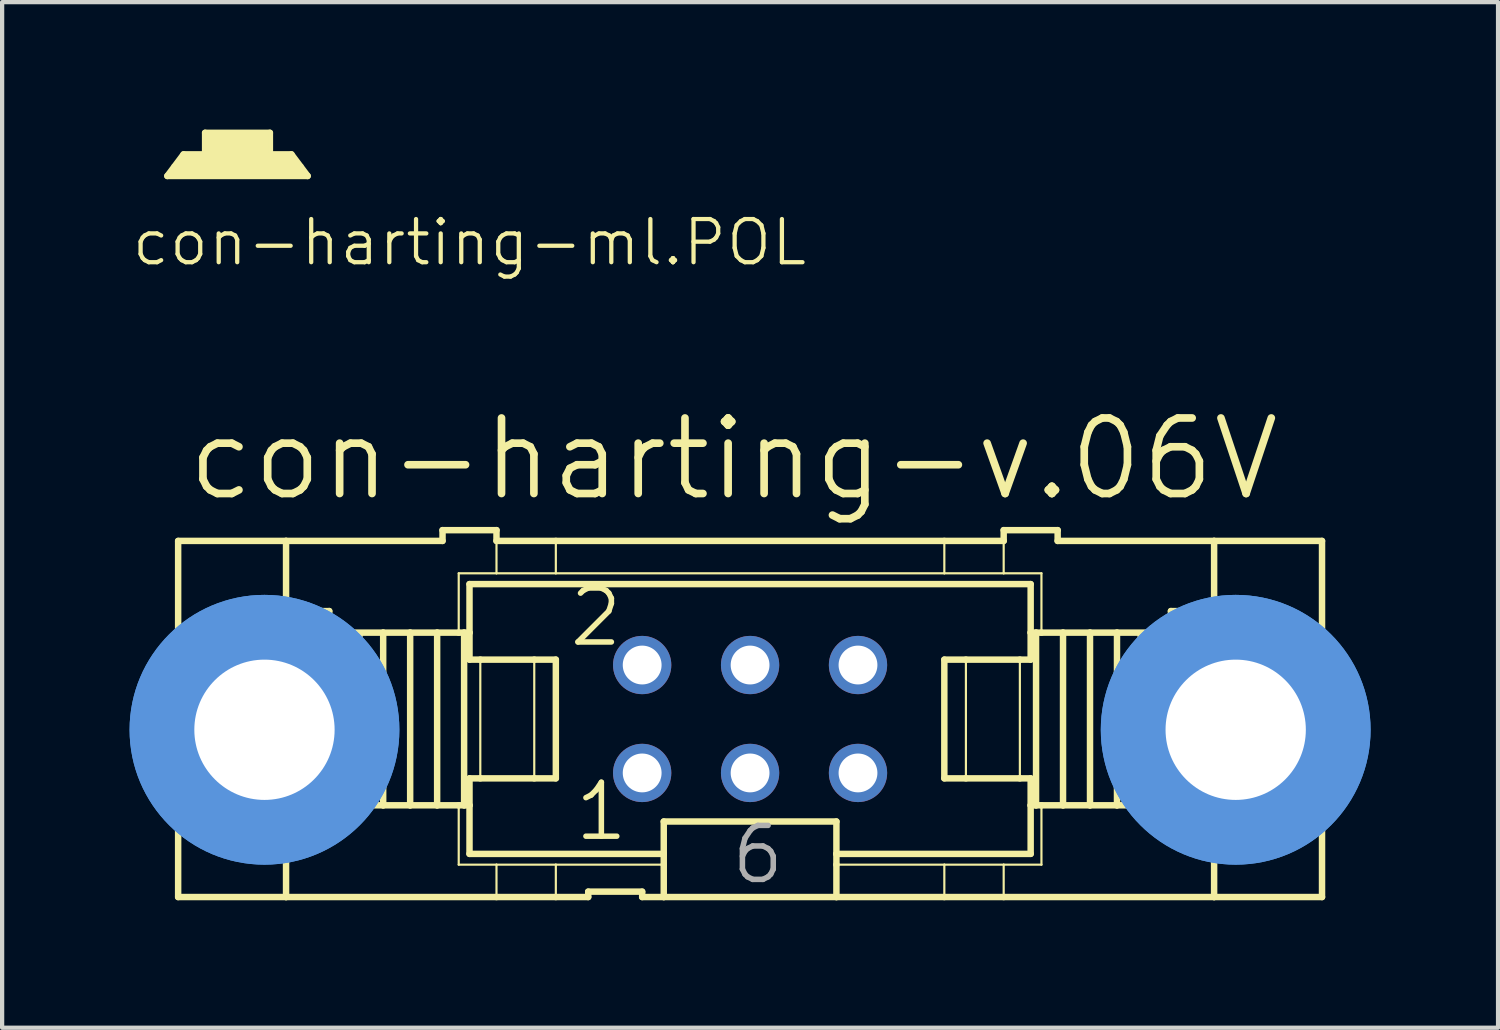
<source format=kicad_pcb>
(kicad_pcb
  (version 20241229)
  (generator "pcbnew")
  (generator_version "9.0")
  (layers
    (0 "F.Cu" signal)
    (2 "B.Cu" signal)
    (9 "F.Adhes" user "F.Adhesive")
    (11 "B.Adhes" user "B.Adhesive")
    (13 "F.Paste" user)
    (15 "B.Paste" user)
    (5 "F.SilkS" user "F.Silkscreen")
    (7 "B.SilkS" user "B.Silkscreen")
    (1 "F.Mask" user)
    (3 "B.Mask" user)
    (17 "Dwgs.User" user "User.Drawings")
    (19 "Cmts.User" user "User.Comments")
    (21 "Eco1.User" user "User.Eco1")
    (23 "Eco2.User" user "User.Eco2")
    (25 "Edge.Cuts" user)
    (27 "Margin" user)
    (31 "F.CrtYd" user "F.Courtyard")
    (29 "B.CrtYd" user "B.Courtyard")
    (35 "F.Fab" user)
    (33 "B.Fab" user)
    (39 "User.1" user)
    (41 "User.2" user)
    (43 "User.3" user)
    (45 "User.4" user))
  (footprint "con-harting-ml.POL"
    (layer "F.Cu")
    (at 2.54 0.711)
    (property "Reference" "con-harting-ml.POL" (at -2.54 2.54 0) (layer "F.SilkS") (effects (font (size 1.016 1.016) (thickness 0.1)) (justify left bottom)))
    (fp_line (start -1.651 0.381) (end -1.27 -0.127) (stroke (width 0.152) (type default)) (layer "F.SilkS"))
    (fp_line (start -1.651 0.381) (end 1.651 0.381) (stroke (width 0.152) (type default)) (layer "F.SilkS"))
    (fp_line (start -0.762 -0.635) (end -0.762 -0.127) (stroke (width 0.152) (type default)) (layer "F.SilkS"))
    (fp_line (start -0.762 -0.127) (end -1.27 -0.127) (stroke (width 0.152) (type default)) (layer "F.SilkS"))
    (fp_line (start 0.762 -0.635) (end -0.762 -0.635) (stroke (width 0.152) (type default)) (layer "F.SilkS"))
    (fp_line (start 0.762 -0.635) (end 0.762 -0.127) (stroke (width 0.152) (type default)) (layer "F.SilkS"))
    (fp_line (start 1.27 -0.127) (end 0.762 -0.127) (stroke (width 0.152) (type default)) (layer "F.SilkS"))
    (fp_line (start 1.27 -0.127) (end 1.651 0.381) (stroke (width 0.152) (type default)) (layer "F.SilkS"))
    (fp_rect (start -1.524 0.381) (end -1.27 0.127) (stroke (width 0.05) (type default)) (fill yes) (layer "F.SilkS"))
    (fp_rect (start -1.397 0.127) (end -1.27 0) (stroke (width 0.05) (type default)) (fill yes) (layer "F.SilkS"))
    (fp_rect (start -1.27 0.381) (end 1.27 -0.127) (stroke (width 0.05) (type default)) (fill yes) (layer "F.SilkS"))
    (fp_rect (start -0.762 -0.127) (end 0.762 -0.635) (stroke (width 0.05) (type default)) (fill yes) (layer "F.SilkS"))
    (fp_rect (start 1.27 0.127) (end 1.397 0) (stroke (width 0.05) (type default)) (fill yes) (layer "F.SilkS"))
    (fp_rect (start 1.27 0.381) (end 1.524 0.127) (stroke (width 0.05) (type default)) (fill yes) (layer "F.SilkS")))
  (footprint "con-harting-v.06V"
    (layer "F.Cu")
    (at 14.605 13.873)
    (property "Reference" "con-harting-v.06V" (at -13.335 -5.08 0) (layer "F.SilkS") (effects (font (size 1.778 1.778) (thickness 0.18)) (justify left bottom)))
    (attr through_hole)
    (fp_line (start -13.462 -4.191) (end -13.462 -1.143) (stroke (width 0.152) (type default)) (layer "F.SilkS"))
    (fp_line (start -13.462 -4.191) (end -10.922 -4.191) (stroke (width 0.152) (type default)) (layer "F.SilkS"))
    (fp_line (start -13.462 -1.143) (end -13.462 1.143) (stroke (width 0.152) (type default)) (layer "F.SilkS"))
    (fp_line (start -13.462 -1.143) (end -12.7 -1.143) (stroke (width 0.152) (type default)) (layer "F.SilkS"))
    (fp_line (start -13.462 1.143) (end -13.462 4.191) (stroke (width 0.152) (type default)) (layer "F.SilkS"))
    (fp_line (start -13.462 1.143) (end -12.7 1.143) (stroke (width 0.152) (type default)) (layer "F.SilkS"))
    (fp_line (start -12.7 -1.143) (end -10.541 -1.143) (stroke (width 0.152) (type default)) (layer "F.SilkS"))
    (fp_line (start -12.7 1.143) (end -10.541 1.143) (stroke (width 0.152) (type default)) (layer "F.SilkS"))
    (fp_line (start -10.922 -4.191) (end -10.922 -2.54) (stroke (width 0.152) (type default)) (layer "F.SilkS"))
    (fp_line (start -10.922 -2.54) (end -12.7 -1.143) (stroke (width 0.152) (type default)) (layer "F.SilkS"))
    (fp_line (start -10.922 2.54) (end -12.7 1.143) (stroke (width 0.152) (type default)) (layer "F.SilkS"))
    (fp_line (start -10.922 2.54) (end -10.922 4.191) (stroke (width 0.152) (type default)) (layer "F.SilkS"))
    (fp_line (start -10.922 4.191) (end -13.462 4.191) (stroke (width 0.152) (type default)) (layer "F.SilkS"))
    (fp_line (start -10.541 -1.143) (end -10.541 -2.032) (stroke (width 0.152) (type default)) (layer "F.SilkS"))
    (fp_line (start -10.541 1.143) (end -10.541 -1.143) (stroke (width 0.152) (type default)) (layer "F.SilkS"))
    (fp_line (start -10.541 2.032) (end -10.541 1.143) (stroke (width 0.152) (type default)) (layer "F.SilkS"))
    (fp_line (start -9.906 -2.54) (end -10.922 -2.54) (stroke (width 0.152) (type default)) (layer "F.SilkS"))
    (fp_line (start -9.906 -2.54) (end -9.906 -2.032) (stroke (width 0.152) (type default)) (layer "F.SilkS"))
    (fp_line (start -9.906 -2.032) (end -10.541 -2.032) (stroke (width 0.152) (type default)) (layer "F.SilkS"))
    (fp_line (start -9.906 2.032) (end -10.541 2.032) (stroke (width 0.152) (type default)) (layer "F.SilkS"))
    (fp_line (start -9.906 2.032) (end -9.906 2.54) (stroke (width 0.152) (type default)) (layer "F.SilkS"))
    (fp_line (start -9.906 2.54) (end -10.922 2.54) (stroke (width 0.152) (type default)) (layer "F.SilkS"))
    (fp_line (start -8.636 -2.032) (end -9.906 -2.032) (stroke (width 0.152) (type default)) (layer "F.SilkS"))
    (fp_line (start -8.636 2.032) (end -9.906 2.032) (stroke (width 0.152) (type default)) (layer "F.SilkS"))
    (fp_line (start -8.636 2.032) (end -8.636 -2.032) (stroke (width 0.152) (type default)) (layer "F.SilkS"))
    (fp_line (start -8.001 -2.032) (end -8.636 -2.032) (stroke (width 0.152) (type default)) (layer "F.SilkS"))
    (fp_line (start -8.001 2.032) (end -8.636 2.032) (stroke (width 0.152) (type default)) (layer "F.SilkS"))
    (fp_line (start -8.001 2.032) (end -8.001 -2.032) (stroke (width 0.152) (type default)) (layer "F.SilkS"))
    (fp_line (start -7.366 -2.032) (end -8.001 -2.032) (stroke (width 0.152) (type default)) (layer "F.SilkS"))
    (fp_line (start -7.366 2.032) (end -8.001 2.032) (stroke (width 0.152) (type default)) (layer "F.SilkS"))
    (fp_line (start -7.366 2.032) (end -7.366 -2.032) (stroke (width 0.152) (type default)) (layer "F.SilkS"))
    (fp_line (start -7.239 -4.445) (end -7.239 -4.191) (stroke (width 0.152) (type default)) (layer "F.SilkS"))
    (fp_line (start -7.239 -4.445) (end -5.969 -4.445) (stroke (width 0.152) (type default)) (layer "F.SilkS"))
    (fp_line (start -7.239 -4.191) (end -10.922 -4.191) (stroke (width 0.152) (type default)) (layer "F.SilkS"))
    (fp_line (start -6.858 -3.429) (end -6.858 -2.032) (stroke (width 0.051) (type default)) (layer "F.SilkS"))
    (fp_line (start -6.858 -2.032) (end -7.366 -2.032) (stroke (width 0.152) (type default)) (layer "F.SilkS"))
    (fp_line (start -6.858 2.032) (end -7.366 2.032) (stroke (width 0.152) (type default)) (layer "F.SilkS"))
    (fp_line (start -6.858 3.429) (end -6.858 2.032) (stroke (width 0.051) (type default)) (layer "F.SilkS"))
    (fp_line (start -6.731 -2.032) (end -6.858 -2.032) (stroke (width 0.152) (type default)) (layer "F.SilkS"))
    (fp_line (start -6.731 2.032) (end -6.858 2.032) (stroke (width 0.152) (type default)) (layer "F.SilkS"))
    (fp_line (start -6.731 2.032) (end -6.731 -2.032) (stroke (width 0.152) (type default)) (layer "F.SilkS"))
    (fp_line (start -6.604 -3.175) (end 6.604 -3.175) (stroke (width 0.152) (type default)) (layer "F.SilkS"))
    (fp_line (start -6.604 -2.032) (end -6.731 -2.032) (stroke (width 0.152) (type default)) (layer "F.SilkS"))
    (fp_line (start -6.604 -2.032) (end -6.604 -3.175) (stroke (width 0.152) (type default)) (layer "F.SilkS"))
    (fp_line (start -6.604 -1.397) (end -6.604 -2.032) (stroke (width 0.152) (type default)) (layer "F.SilkS"))
    (fp_line (start -6.604 -1.397) (end -6.35 -1.397) (stroke (width 0.152) (type default)) (layer "F.SilkS"))
    (fp_line (start -6.604 2.032) (end -6.731 2.032) (stroke (width 0.152) (type default)) (layer "F.SilkS"))
    (fp_line (start -6.604 2.032) (end -6.604 1.397) (stroke (width 0.152) (type default)) (layer "F.SilkS"))
    (fp_line (start -6.604 3.175) (end -6.604 2.032) (stroke (width 0.152) (type default)) (layer "F.SilkS"))
    (fp_line (start -6.35 -1.397) (end -5.08 -1.397) (stroke (width 0.152) (type default)) (layer "F.SilkS"))
    (fp_line (start -6.35 1.397) (end -6.604 1.397) (stroke (width 0.152) (type default)) (layer "F.SilkS"))
    (fp_line (start -6.35 1.397) (end -6.35 -1.397) (stroke (width 0.051) (type default)) (layer "F.SilkS"))
    (fp_line (start -5.969 -4.445) (end -5.969 -4.191) (stroke (width 0.152) (type default)) (layer "F.SilkS"))
    (fp_line (start -5.969 -3.429) (end -6.858 -3.429) (stroke (width 0.051) (type default)) (layer "F.SilkS"))
    (fp_line (start -5.969 -3.429) (end -5.969 -4.191) (stroke (width 0.051) (type default)) (layer "F.SilkS"))
    (fp_line (start -5.969 -3.429) (end -4.572 -3.429) (stroke (width 0.051) (type default)) (layer "F.SilkS"))
    (fp_line (start -5.969 3.429) (end -6.858 3.429) (stroke (width 0.051) (type default)) (layer "F.SilkS"))
    (fp_line (start -5.969 4.191) (end -10.922 4.191) (stroke (width 0.152) (type default)) (layer "F.SilkS"))
    (fp_line (start -5.969 4.191) (end -5.969 3.429) (stroke (width 0.051) (type default)) (layer "F.SilkS"))
    (fp_line (start -5.08 -1.397) (end -4.572 -1.397) (stroke (width 0.152) (type default)) (layer "F.SilkS"))
    (fp_line (start -5.08 1.397) (end -6.35 1.397) (stroke (width 0.152) (type default)) (layer "F.SilkS"))
    (fp_line (start -5.08 1.397) (end -5.08 -1.397) (stroke (width 0.051) (type default)) (layer "F.SilkS"))
    (fp_line (start -4.572 -4.191) (end -5.969 -4.191) (stroke (width 0.152) (type default)) (layer "F.SilkS"))
    (fp_line (start -4.572 -4.191) (end 4.572 -4.191) (stroke (width 0.152) (type default)) (layer "F.SilkS"))
    (fp_line (start -4.572 -3.429) (end -4.572 -4.191) (stroke (width 0.051) (type default)) (layer "F.SilkS"))
    (fp_line (start -4.572 -3.429) (end 4.572 -3.429) (stroke (width 0.051) (type default)) (layer "F.SilkS"))
    (fp_line (start -4.572 1.397) (end -5.08 1.397) (stroke (width 0.152) (type default)) (layer "F.SilkS"))
    (fp_line (start -4.572 1.397) (end -4.572 -1.397) (stroke (width 0.152) (type default)) (layer "F.SilkS"))
    (fp_line (start -4.572 3.429) (end -5.969 3.429) (stroke (width 0.051) (type default)) (layer "F.SilkS"))
    (fp_line (start -4.572 4.191) (end -5.969 4.191) (stroke (width 0.152) (type default)) (layer "F.SilkS"))
    (fp_line (start -4.572 4.191) (end -4.572 3.429) (stroke (width 0.051) (type default)) (layer "F.SilkS"))
    (fp_line (start -3.81 4.191) (end -4.572 4.191) (stroke (width 0.152) (type default)) (layer "F.SilkS"))
    (fp_line (start -3.81 4.191) (end -3.81 4.064) (stroke (width 0.152) (type default)) (layer "F.SilkS"))
    (fp_line (start -2.54 4.064) (end -3.81 4.064) (stroke (width 0.152) (type default)) (layer "F.SilkS"))
    (fp_line (start -2.54 4.064) (end -2.54 4.191) (stroke (width 0.152) (type default)) (layer "F.SilkS"))
    (fp_line (start -2.032 3.175) (end -6.604 3.175) (stroke (width 0.152) (type default)) (layer "F.SilkS"))
    (fp_line (start -2.032 3.175) (end -2.032 2.413) (stroke (width 0.152) (type default)) (layer "F.SilkS"))
    (fp_line (start -2.032 3.175) (end -2.032 3.429) (stroke (width 0.152) (type default)) (layer "F.SilkS"))
    (fp_line (start -2.032 3.429) (end -4.572 3.429) (stroke (width 0.051) (type default)) (layer "F.SilkS"))
    (fp_line (start -2.032 3.429) (end -2.032 4.191) (stroke (width 0.152) (type default)) (layer "F.SilkS"))
    (fp_line (start -2.032 4.191) (end -2.54 4.191) (stroke (width 0.152) (type default)) (layer "F.SilkS"))
    (fp_line (start 2.032 2.413) (end -2.032 2.413) (stroke (width 0.152) (type default)) (layer "F.SilkS"))
    (fp_line (start 2.032 2.413) (end 2.032 3.175) (stroke (width 0.152) (type default)) (layer "F.SilkS"))
    (fp_line (start 2.032 3.175) (end 2.032 3.429) (stroke (width 0.152) (type default)) (layer "F.SilkS"))
    (fp_line (start 2.032 3.429) (end 2.032 4.191) (stroke (width 0.152) (type default)) (layer "F.SilkS"))
    (fp_line (start 2.032 3.429) (end 4.572 3.429) (stroke (width 0.051) (type default)) (layer "F.SilkS"))
    (fp_line (start 2.032 4.191) (end -2.032 4.191) (stroke (width 0.152) (type default)) (layer "F.SilkS"))
    (fp_line (start 4.572 -4.191) (end 4.572 -3.429) (stroke (width 0.051) (type default)) (layer "F.SilkS"))
    (fp_line (start 4.572 -4.191) (end 5.969 -4.191) (stroke (width 0.152) (type default)) (layer "F.SilkS"))
    (fp_line (start 4.572 -1.397) (end 4.572 1.397) (stroke (width 0.152) (type default)) (layer "F.SilkS"))
    (fp_line (start 4.572 -1.397) (end 5.08 -1.397) (stroke (width 0.152) (type default)) (layer "F.SilkS"))
    (fp_line (start 4.572 3.429) (end 4.572 4.191) (stroke (width 0.051) (type default)) (layer "F.SilkS"))
    (fp_line (start 4.572 3.429) (end 5.969 3.429) (stroke (width 0.051) (type default)) (layer "F.SilkS"))
    (fp_line (start 4.572 4.191) (end 2.032 4.191) (stroke (width 0.152) (type default)) (layer "F.SilkS"))
    (fp_line (start 5.08 -1.397) (end 5.08 1.397) (stroke (width 0.051) (type default)) (layer "F.SilkS"))
    (fp_line (start 5.08 -1.397) (end 6.35 -1.397) (stroke (width 0.152) (type default)) (layer "F.SilkS"))
    (fp_line (start 5.08 1.397) (end 4.572 1.397) (stroke (width 0.152) (type default)) (layer "F.SilkS"))
    (fp_line (start 5.969 -4.191) (end 5.969 -4.445) (stroke (width 0.152) (type default)) (layer "F.SilkS"))
    (fp_line (start 5.969 -4.191) (end 5.969 -3.429) (stroke (width 0.051) (type default)) (layer "F.SilkS"))
    (fp_line (start 5.969 -3.429) (end 4.572 -3.429) (stroke (width 0.051) (type default)) (layer "F.SilkS"))
    (fp_line (start 5.969 -3.429) (end 6.858 -3.429) (stroke (width 0.051) (type default)) (layer "F.SilkS"))
    (fp_line (start 5.969 3.429) (end 5.969 4.191) (stroke (width 0.051) (type default)) (layer "F.SilkS"))
    (fp_line (start 5.969 3.429) (end 6.858 3.429) (stroke (width 0.051) (type default)) (layer "F.SilkS"))
    (fp_line (start 5.969 4.191) (end 4.572 4.191) (stroke (width 0.152) (type default)) (layer "F.SilkS"))
    (fp_line (start 6.35 -1.397) (end 6.35 1.397) (stroke (width 0.051) (type default)) (layer "F.SilkS"))
    (fp_line (start 6.35 -1.397) (end 6.604 -1.397) (stroke (width 0.152) (type default)) (layer "F.SilkS"))
    (fp_line (start 6.35 1.397) (end 5.08 1.397) (stroke (width 0.152) (type default)) (layer "F.SilkS"))
    (fp_line (start 6.604 -3.175) (end 6.604 -2.032) (stroke (width 0.152) (type default)) (layer "F.SilkS"))
    (fp_line (start 6.604 -2.032) (end 6.604 -1.397) (stroke (width 0.152) (type default)) (layer "F.SilkS"))
    (fp_line (start 6.604 -2.032) (end 6.731 -2.032) (stroke (width 0.152) (type default)) (layer "F.SilkS"))
    (fp_line (start 6.604 1.397) (end 6.35 1.397) (stroke (width 0.152) (type default)) (layer "F.SilkS"))
    (fp_line (start 6.604 1.397) (end 6.604 2.032) (stroke (width 0.152) (type default)) (layer "F.SilkS"))
    (fp_line (start 6.604 2.032) (end 6.604 3.175) (stroke (width 0.152) (type default)) (layer "F.SilkS"))
    (fp_line (start 6.604 2.032) (end 6.731 2.032) (stroke (width 0.152) (type default)) (layer "F.SilkS"))
    (fp_line (start 6.604 3.175) (end 2.032 3.175) (stroke (width 0.152) (type default)) (layer "F.SilkS"))
    (fp_line (start 6.731 -2.032) (end 6.731 2.032) (stroke (width 0.152) (type default)) (layer "F.SilkS"))
    (fp_line (start 6.731 -2.032) (end 6.858 -2.032) (stroke (width 0.152) (type default)) (layer "F.SilkS"))
    (fp_line (start 6.731 2.032) (end 6.858 2.032) (stroke (width 0.152) (type default)) (layer "F.SilkS"))
    (fp_line (start 6.858 -3.429) (end 6.858 -2.032) (stroke (width 0.051) (type default)) (layer "F.SilkS"))
    (fp_line (start 6.858 -2.032) (end 7.366 -2.032) (stroke (width 0.152) (type default)) (layer "F.SilkS"))
    (fp_line (start 6.858 2.032) (end 7.366 2.032) (stroke (width 0.152) (type default)) (layer "F.SilkS"))
    (fp_line (start 6.858 3.429) (end 6.858 2.032) (stroke (width 0.051) (type default)) (layer "F.SilkS"))
    (fp_line (start 7.239 -4.445) (end 5.969 -4.445) (stroke (width 0.152) (type default)) (layer "F.SilkS"))
    (fp_line (start 7.239 -4.191) (end 7.239 -4.445) (stroke (width 0.152) (type default)) (layer "F.SilkS"))
    (fp_line (start 7.239 -4.191) (end 10.922 -4.191) (stroke (width 0.152) (type default)) (layer "F.SilkS"))
    (fp_line (start 7.366 -2.032) (end 7.366 2.032) (stroke (width 0.152) (type default)) (layer "F.SilkS"))
    (fp_line (start 7.366 -2.032) (end 8.001 -2.032) (stroke (width 0.152) (type default)) (layer "F.SilkS"))
    (fp_line (start 7.366 2.032) (end 8.001 2.032) (stroke (width 0.152) (type default)) (layer "F.SilkS"))
    (fp_line (start 8.001 -2.032) (end 8.001 2.032) (stroke (width 0.152) (type default)) (layer "F.SilkS"))
    (fp_line (start 8.001 -2.032) (end 8.636 -2.032) (stroke (width 0.152) (type default)) (layer "F.SilkS"))
    (fp_line (start 8.001 2.032) (end 8.636 2.032) (stroke (width 0.152) (type default)) (layer "F.SilkS"))
    (fp_line (start 8.636 -2.032) (end 8.636 2.032) (stroke (width 0.152) (type default)) (layer "F.SilkS"))
    (fp_line (start 8.636 -2.032) (end 9.906 -2.032) (stroke (width 0.152) (type default)) (layer "F.SilkS"))
    (fp_line (start 8.636 2.032) (end 9.906 2.032) (stroke (width 0.152) (type default)) (layer "F.SilkS"))
    (fp_line (start 9.906 -2.54) (end 10.922 -2.54) (stroke (width 0.152) (type default)) (layer "F.SilkS"))
    (fp_line (start 9.906 -2.032) (end 9.906 -2.54) (stroke (width 0.152) (type default)) (layer "F.SilkS"))
    (fp_line (start 9.906 -2.032) (end 10.541 -2.032) (stroke (width 0.152) (type default)) (layer "F.SilkS"))
    (fp_line (start 9.906 2.032) (end 10.541 2.032) (stroke (width 0.152) (type default)) (layer "F.SilkS"))
    (fp_line (start 9.906 2.54) (end 9.906 2.032) (stroke (width 0.152) (type default)) (layer "F.SilkS"))
    (fp_line (start 9.906 2.54) (end 10.922 2.54) (stroke (width 0.152) (type default)) (layer "F.SilkS"))
    (fp_line (start 10.541 -2.032) (end 10.541 -1.143) (stroke (width 0.152) (type default)) (layer "F.SilkS"))
    (fp_line (start 10.541 -1.143) (end 10.541 1.143) (stroke (width 0.152) (type default)) (layer "F.SilkS"))
    (fp_line (start 10.541 1.143) (end 10.541 2.032) (stroke (width 0.152) (type default)) (layer "F.SilkS"))
    (fp_line (start 10.922 -4.191) (end 13.462 -4.191) (stroke (width 0.152) (type default)) (layer "F.SilkS"))
    (fp_line (start 10.922 -2.54) (end 10.922 -4.191) (stroke (width 0.152) (type default)) (layer "F.SilkS"))
    (fp_line (start 10.922 -2.54) (end 12.7 -1.143) (stroke (width 0.152) (type default)) (layer "F.SilkS"))
    (fp_line (start 10.922 2.54) (end 12.7 1.143) (stroke (width 0.152) (type default)) (layer "F.SilkS"))
    (fp_line (start 10.922 4.191) (end 5.969 4.191) (stroke (width 0.152) (type default)) (layer "F.SilkS"))
    (fp_line (start 10.922 4.191) (end 10.922 2.54) (stroke (width 0.152) (type default)) (layer "F.SilkS"))
    (fp_line (start 12.7 -1.143) (end 10.541 -1.143) (stroke (width 0.152) (type default)) (layer "F.SilkS"))
    (fp_line (start 12.7 1.143) (end 10.541 1.143) (stroke (width 0.152) (type default)) (layer "F.SilkS"))
    (fp_line (start 13.462 -1.143) (end 12.7 -1.143) (stroke (width 0.152) (type default)) (layer "F.SilkS"))
    (fp_line (start 13.462 -1.143) (end 13.462 -4.191) (stroke (width 0.152) (type default)) (layer "F.SilkS"))
    (fp_line (start 13.462 1.143) (end 12.7 1.143) (stroke (width 0.152) (type default)) (layer "F.SilkS"))
    (fp_line (start 13.462 1.143) (end 13.462 -1.143) (stroke (width 0.152) (type default)) (layer "F.SilkS"))
    (fp_line (start 13.462 4.191) (end 10.922 4.191) (stroke (width 0.152) (type default)) (layer "F.SilkS"))
    (fp_line (start 13.462 4.191) (end 13.462 1.143) (stroke (width 0.152) (type default)) (layer "F.SilkS"))
    (fp_rect (start -9.906 2.032) (end -9.144 -2.032) (stroke (width 0.05) (type default)) (fill yes) (layer "F.SilkS"))
    (fp_rect (start 9.144 2.032) (end 9.906 -2.032) (stroke (width 0.05) (type default)) (fill yes) (layer "F.SilkS"))
    (fp_circle (center -11.43 0.254) (end -9.144 0.254) (stroke (width 1.778) (type default)) (fill no) (layer "Cmts.User"))
    (fp_circle (center -11.43 0.254) (end -9.144 0.254) (stroke (width 1.778) (type default)) (fill no) (layer "Cmts.User"))
    (fp_circle (center 11.43 0.254) (end 13.716 0.254) (stroke (width 1.778) (type default)) (fill no) (layer "Cmts.User"))
    (fp_circle (center 11.43 0.254) (end 13.716 0.254) (stroke (width 1.778) (type default)) (fill no) (layer "Cmts.User"))
    (fp_rect (start -12.7 0.381) (end -10.922 -0.381) (stroke (width 0.05) (type default)) (fill no) (layer "F.Fab"))
    (fp_rect (start -2.794 -1.016) (end -2.286 -1.524) (stroke (width 0.05) (type default)) (fill no) (layer "F.Fab"))
    (fp_rect (start -2.794 1.524) (end -2.286 1.016) (stroke (width 0.05) (type default)) (fill no) (layer "F.Fab"))
    (fp_rect (start -0.254 -1.016) (end 0.254 -1.524) (stroke (width 0.05) (type default)) (fill no) (layer "F.Fab"))
    (fp_rect (start -0.254 1.524) (end 0.254 1.016) (stroke (width 0.05) (type default)) (fill no) (layer "F.Fab"))
    (fp_rect (start 2.286 -1.016) (end 2.794 -1.524) (stroke (width 0.05) (type default)) (fill no) (layer "F.Fab"))
    (fp_rect (start 2.286 1.524) (end 2.794 1.016) (stroke (width 0.05) (type default)) (fill no) (layer "F.Fab"))
    (fp_rect (start 10.922 0.381) (end 12.7 -0.381) (stroke (width 0.05) (type default)) (fill no) (layer "F.Fab"))
    (fp_text user "2" (at -4.318 -1.651 0) (layer "F.SilkS") (effects (font (size 1.27 1.27) (thickness 0.13)) (justify left bottom)))
    (fp_text user "1" (at -4.191 2.921 0) (layer "F.SilkS") (effects (font (size 1.27 1.27) (thickness 0.13)) (justify left bottom)))
    (fp_text user "6" (at -0.508 3.937 0) (layer "F.Fab") (effects (font (size 1.27 1.27) (thickness 0.13)) (justify left bottom)))
    (pad "" np_thru_hole circle (at -11.43 0.254) (size 3.302 3.302) (drill 3.302) (layers "*.Cu" "*.Mask"))
    (pad "" np_thru_hole circle (at 11.43 0.254) (size 3.302 3.302) (drill 3.302) (layers "*.Cu" "*.Mask"))
    (pad "1" thru_hole circle (at -2.54 1.27) (size 1.372 1.372) (drill 0.914) (layers "*.Cu" "*.Mask"))
    (pad "2" thru_hole circle (at -2.54 -1.27) (size 1.372 1.372) (drill 0.914) (layers "*.Cu" "*.Mask"))
    (pad "3" thru_hole circle (at 0 1.27) (size 1.372 1.372) (drill 0.914) (layers "*.Cu" "*.Mask"))
    (pad "4" thru_hole circle (at 0 -1.27) (size 1.372 1.372) (drill 0.914) (layers "*.Cu" "*.Mask"))
    (pad "5" thru_hole circle (at 2.54 1.27) (size 1.372 1.372) (drill 0.914) (layers "*.Cu" "*.Mask"))
    (pad "6" thru_hole circle (at 2.54 -1.27) (size 1.372 1.372) (drill 0.914) (layers "*.Cu" "*.Mask")))
  (gr_rect
    (start -3 -3)
    (end 32.21 21.14)
    (stroke (width 0.1) (type default))
    (fill no)
    (layer "Edge.Cuts")))
</source>
